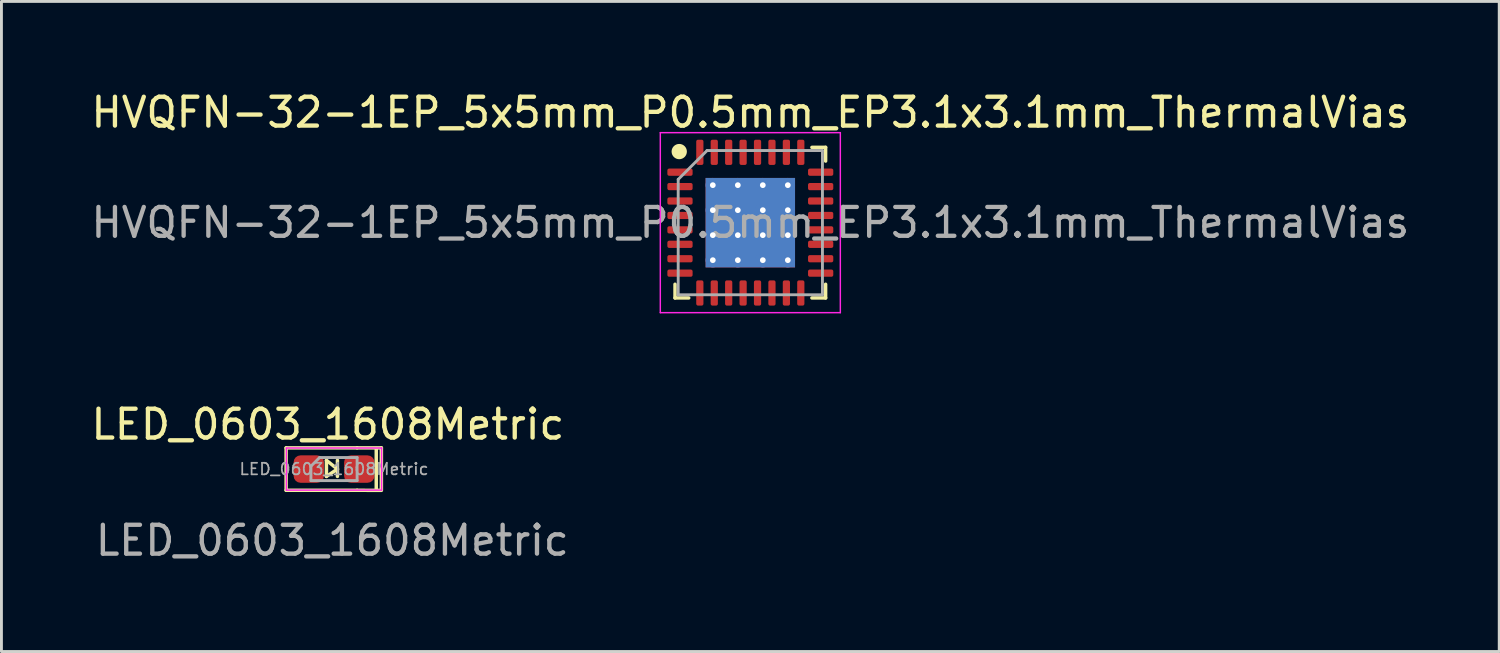
<source format=kicad_pcb>
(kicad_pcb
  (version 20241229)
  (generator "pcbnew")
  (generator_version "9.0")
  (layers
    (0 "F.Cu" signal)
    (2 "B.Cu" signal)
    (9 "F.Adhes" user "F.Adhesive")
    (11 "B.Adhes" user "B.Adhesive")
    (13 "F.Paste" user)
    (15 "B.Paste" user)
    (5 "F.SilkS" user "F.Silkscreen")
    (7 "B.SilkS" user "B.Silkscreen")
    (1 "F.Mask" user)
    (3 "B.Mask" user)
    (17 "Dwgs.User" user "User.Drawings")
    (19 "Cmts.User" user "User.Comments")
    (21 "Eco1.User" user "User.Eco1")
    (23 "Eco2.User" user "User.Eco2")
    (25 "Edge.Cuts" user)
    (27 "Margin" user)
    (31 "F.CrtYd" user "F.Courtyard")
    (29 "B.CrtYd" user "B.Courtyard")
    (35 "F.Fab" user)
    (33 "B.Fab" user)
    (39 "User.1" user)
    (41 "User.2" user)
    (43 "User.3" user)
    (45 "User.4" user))
  (footprint "LED_0603_1608Metric"
    (layer "F.Cu")
    (at 8.468 13.185)
    (property "Reference" "LED_0603_1608Metric" (at -0.152 -1.524 0) (unlocked yes) (layer "F.SilkS") (effects (font (size 1 1) (thickness 0.15))))
    (attr smd)
    (fp_line (start -1.6 -0.711) (end -1.6 0.759) (stroke (width 0.12) (type solid)) (layer "F.SilkS"))
    (fp_line (start -1.6 0.759) (end 0.86 0.759) (stroke (width 0.12) (type solid)) (layer "F.SilkS"))
    (fp_line (start -0.203 -0.279) (end -0.203 0.279) (stroke (width 0.12) (type solid)) (layer "F.SilkS"))
    (fp_line (start -0.203 0.279) (end 0.178 0.025) (stroke (width 0.12) (type solid)) (layer "F.SilkS"))
    (fp_line (start 0.178 0.025) (end -0.203 -0.279) (stroke (width 0.12) (type solid)) (layer "F.SilkS"))
    (fp_line (start 0.178 0.025) (end 0.178 -0.279) (stroke (width 0.12) (type solid)) (layer "F.SilkS"))
    (fp_line (start 0.178 0.025) (end 0.178 0.279) (stroke (width 0.12) (type solid)) (layer "F.SilkS"))
    (fp_line (start 0.86 -0.711) (end -1.6 -0.711) (stroke (width 0.12) (type solid)) (layer "F.SilkS"))
    (fp_line (start 0.86 -0.711) (end 1.702 -0.711) (stroke (width 0.12) (type solid)) (layer "F.SilkS"))
    (fp_line (start 0.86 0.759) (end 1.702 0.762) (stroke (width 0.12) (type solid)) (layer "F.SilkS"))
    (fp_line (start 1.524 -0.686) (end 1.524 0.737) (stroke (width 0.12) (type solid)) (layer "F.SilkS"))
    (fp_line (start 1.702 -0.711) (end 1.702 0.737) (stroke (width 0.12) (type solid)) (layer "F.SilkS"))
    (fp_line (start -1.59 -0.706) (end 1.71 -0.706) (stroke (width 0.05) (type solid)) (layer "F.CrtYd"))
    (fp_line (start -1.59 0.754) (end -1.59 -0.706) (stroke (width 0.05) (type solid)) (layer "F.CrtYd"))
    (fp_line (start 1.71 -0.706) (end 1.71 0.754) (stroke (width 0.05) (type solid)) (layer "F.CrtYd"))
    (fp_line (start 1.71 0.754) (end -1.59 0.754) (stroke (width 0.05) (type solid)) (layer "F.CrtYd"))
    (fp_line (start -0.74 -0.076) (end -0.74 0.424) (stroke (width 0.1) (type solid)) (layer "F.Fab"))
    (fp_line (start -0.74 0.424) (end 0.86 0.424) (stroke (width 0.1) (type solid)) (layer "F.Fab"))
    (fp_line (start -0.44 -0.376) (end -0.74 -0.076) (stroke (width 0.1) (type solid)) (layer "F.Fab"))
    (fp_line (start 0.86 -0.376) (end -0.44 -0.376) (stroke (width 0.1) (type solid)) (layer "F.Fab"))
    (fp_line (start 0.86 0.424) (end 0.86 -0.376) (stroke (width 0.1) (type solid)) (layer "F.Fab"))
    (fp_text user "${REFERENCE}" (at 0.06 0.024 0) (layer "F.Fab") (effects (font (size 0.4 0.4) (thickness 0.06))))
    (fp_text user "${REFERENCE}" (at 0 2.5 0) (unlocked yes) (layer "F.Fab") (effects (font (size 1 1) (thickness 0.15))))
    (pad "1" smd roundrect (at -0.815 0.024) (size 1.05 0.95) (layers "F.Cu" "F.Mask" "F.Paste") (roundrect_rratio 0.25))
    (pad "2" smd roundrect (at 0.935 0.024) (size 1.05 0.95) (layers "F.Cu" "F.Mask" "F.Paste") (roundrect_rratio 0.25)))
  (footprint "HVQFN-32-1EP_5x5mm_P0.5mm_EP3.1x3.1mm_ThermalVias"
    (layer "F.Cu")
    (at 22.958 4.668)
    (property "Reference" "HVQFN-32-1EP_5x5mm_P0.5mm_EP3.1x3.1mm_ThermalVias" (at 0 -3.82 0) (layer "F.SilkS") (effects (font (size 1 1) (thickness 0.15))))
    (attr smd)
    (fp_line (start -2.61 2.61) (end -2.61 2.135) (stroke (width 0.12) (type solid)) (layer "F.SilkS"))
    (fp_line (start -2.135 2.61) (end -2.61 2.61) (stroke (width 0.12) (type solid)) (layer "F.SilkS"))
    (fp_line (start 2.135 -2.61) (end 2.61 -2.61) (stroke (width 0.12) (type solid)) (layer "F.SilkS"))
    (fp_line (start 2.135 2.61) (end 2.61 2.61) (stroke (width 0.12) (type solid)) (layer "F.SilkS"))
    (fp_line (start 2.61 -2.61) (end 2.61 -2.135) (stroke (width 0.12) (type solid)) (layer "F.SilkS"))
    (fp_line (start 2.61 2.61) (end 2.61 2.135) (stroke (width 0.12) (type solid)) (layer "F.SilkS"))
    (fp_circle (center -2.464 -2.464) (end -2.259 -2.464) (stroke (width 0.12) (type solid)) (fill yes) (layer "F.SilkS"))
    (fp_line (start -3.12 -3.12) (end -3.12 3.12) (stroke (width 0.05) (type solid)) (layer "F.CrtYd"))
    (fp_line (start -3.12 3.12) (end 3.12 3.12) (stroke (width 0.05) (type solid)) (layer "F.CrtYd"))
    (fp_line (start 3.12 -3.12) (end -3.12 -3.12) (stroke (width 0.05) (type solid)) (layer "F.CrtYd"))
    (fp_line (start 3.12 3.12) (end 3.12 -3.12) (stroke (width 0.05) (type solid)) (layer "F.CrtYd"))
    (fp_line (start -2.5 -1.5) (end -1.5 -2.5) (stroke (width 0.1) (type solid)) (layer "F.Fab"))
    (fp_line (start -2.5 2.5) (end -2.5 -1.5) (stroke (width 0.1) (type solid)) (layer "F.Fab"))
    (fp_line (start -1.5 -2.5) (end 2.5 -2.5) (stroke (width 0.1) (type solid)) (layer "F.Fab"))
    (fp_line (start 2.5 -2.5) (end 2.5 2.5) (stroke (width 0.1) (type solid)) (layer "F.Fab"))
    (fp_line (start 2.5 2.5) (end -2.5 2.5) (stroke (width 0.1) (type solid)) (layer "F.Fab"))
    (fp_text user "${REFERENCE}" (at 0 0 0) (layer "F.Fab") (effects (font (size 1 1) (thickness 0.15))))
    (pad "" smd custom (at -0.867 -0.867) (size 0.637 0.637) (layers "F.Paste") (options (anchor circle)) (primitives (gr_poly (pts (xy 0.254 -0.147) (xy 0.254 0.147) (xy 0.147 0.254) (xy -0.147 0.254) (xy -0.254 0.147) (xy -0.254 -0.147) (xy -0.147 -0.254) (xy 0.147 -0.254)) (width 0.258) (fill yes))))
    (pad "" smd custom (at -0.867 0) (size 0.637 0.637) (layers "F.Paste") (options (anchor circle)) (primitives (gr_poly (pts (xy 0.254 -0.147) (xy 0.254 0.147) (xy 0.147 0.254) (xy -0.147 0.254) (xy -0.254 0.147) (xy -0.254 -0.147) (xy -0.147 -0.254) (xy 0.147 -0.254)) (width 0.258) (fill yes))))
    (pad "" smd custom (at -0.867 0.867) (size 0.637 0.637) (layers "F.Paste") (options (anchor circle)) (primitives (gr_poly (pts (xy 0.254 -0.147) (xy 0.254 0.147) (xy 0.147 0.254) (xy -0.147 0.254) (xy -0.254 0.147) (xy -0.254 -0.147) (xy -0.147 -0.254) (xy 0.147 -0.254)) (width 0.258) (fill yes))))
    (pad "" smd custom (at 0 -0.867) (size 0.637 0.637) (layers "F.Paste") (options (anchor circle)) (primitives (gr_poly (pts (xy 0.254 -0.147) (xy 0.254 0.147) (xy 0.147 0.254) (xy -0.147 0.254) (xy -0.254 0.147) (xy -0.254 -0.147) (xy -0.147 -0.254) (xy 0.147 -0.254)) (width 0.258) (fill yes))))
    (pad "" smd custom (at 0 0) (size 0.637 0.637) (layers "F.Paste") (options (anchor circle)) (primitives (gr_poly (pts (xy 0.254 -0.147) (xy 0.254 0.147) (xy 0.147 0.254) (xy -0.147 0.254) (xy -0.254 0.147) (xy -0.254 -0.147) (xy -0.147 -0.254) (xy 0.147 -0.254)) (width 0.258) (fill yes))))
    (pad "" smd custom (at 0 0.867) (size 0.637 0.637) (layers "F.Paste") (options (anchor circle)) (primitives (gr_poly (pts (xy 0.254 -0.147) (xy 0.254 0.147) (xy 0.147 0.254) (xy -0.147 0.254) (xy -0.254 0.147) (xy -0.254 -0.147) (xy -0.147 -0.254) (xy 0.147 -0.254)) (width 0.258) (fill yes))))
    (pad "" smd custom (at 0.867 -0.867) (size 0.637 0.637) (layers "F.Paste") (options (anchor circle)) (primitives (gr_poly (pts (xy 0.254 -0.147) (xy 0.254 0.147) (xy 0.147 0.254) (xy -0.147 0.254) (xy -0.254 0.147) (xy -0.254 -0.147) (xy -0.147 -0.254) (xy 0.147 -0.254)) (width 0.258) (fill yes))))
    (pad "" smd custom (at 0.867 0) (size 0.637 0.637) (layers "F.Paste") (options (anchor circle)) (primitives (gr_poly (pts (xy 0.254 -0.147) (xy 0.254 0.147) (xy 0.147 0.254) (xy -0.147 0.254) (xy -0.254 0.147) (xy -0.254 -0.147) (xy -0.147 -0.254) (xy 0.147 -0.254)) (width 0.258) (fill yes))))
    (pad "" smd custom (at 0.867 0.867) (size 0.637 0.637) (layers "F.Paste") (options (anchor circle)) (primitives (gr_poly (pts (xy 0.254 -0.147) (xy 0.254 0.147) (xy 0.147 0.254) (xy -0.147 0.254) (xy -0.254 0.147) (xy -0.254 -0.147) (xy -0.147 -0.254) (xy 0.147 -0.254)) (width 0.258) (fill yes))))
    (pad "1" smd roundrect (at -2.438 -1.75) (size 0.875 0.25) (layers "F.Cu" "F.Mask" "F.Paste") (roundrect_rratio 0.25))
    (pad "2" smd roundrect (at -2.438 -1.25) (size 0.875 0.25) (layers "F.Cu" "F.Mask" "F.Paste") (roundrect_rratio 0.25))
    (pad "3" smd roundrect (at -2.438 -0.75) (size 0.875 0.25) (layers "F.Cu" "F.Mask" "F.Paste") (roundrect_rratio 0.25))
    (pad "4" smd roundrect (at -2.438 -0.25) (size 0.875 0.25) (layers "F.Cu" "F.Mask" "F.Paste") (roundrect_rratio 0.25))
    (pad "5" smd roundrect (at -2.438 0.25) (size 0.875 0.25) (layers "F.Cu" "F.Mask" "F.Paste") (roundrect_rratio 0.25))
    (pad "6" smd roundrect (at -2.438 0.75) (size 0.875 0.25) (layers "F.Cu" "F.Mask" "F.Paste") (roundrect_rratio 0.25))
    (pad "7" smd roundrect (at -2.438 1.25) (size 0.875 0.25) (layers "F.Cu" "F.Mask" "F.Paste") (roundrect_rratio 0.25))
    (pad "8" smd roundrect (at -2.438 1.75) (size 0.875 0.25) (layers "F.Cu" "F.Mask" "F.Paste") (roundrect_rratio 0.25))
    (pad "9" smd roundrect (at -1.75 2.438) (size 0.25 0.875) (layers "F.Cu" "F.Mask" "F.Paste") (roundrect_rratio 0.25))
    (pad "10" smd roundrect (at -1.25 2.438) (size 0.25 0.875) (layers "F.Cu" "F.Mask" "F.Paste") (roundrect_rratio 0.25))
    (pad "11" smd roundrect (at -0.75 2.438) (size 0.25 0.875) (layers "F.Cu" "F.Mask" "F.Paste") (roundrect_rratio 0.25))
    (pad "12" smd roundrect (at -0.25 2.438) (size 0.25 0.875) (layers "F.Cu" "F.Mask" "F.Paste") (roundrect_rratio 0.25))
    (pad "13" smd roundrect (at 0.25 2.438) (size 0.25 0.875) (layers "F.Cu" "F.Mask" "F.Paste") (roundrect_rratio 0.25))
    (pad "14" smd roundrect (at 0.75 2.438) (size 0.25 0.875) (layers "F.Cu" "F.Mask" "F.Paste") (roundrect_rratio 0.25))
    (pad "15" smd roundrect (at 1.25 2.438) (size 0.25 0.875) (layers "F.Cu" "F.Mask" "F.Paste") (roundrect_rratio 0.25))
    (pad "16" smd roundrect (at 1.75 2.438) (size 0.25 0.875) (layers "F.Cu" "F.Mask" "F.Paste") (roundrect_rratio 0.25))
    (pad "17" smd roundrect (at 2.438 1.75) (size 0.875 0.25) (layers "F.Cu" "F.Mask" "F.Paste") (roundrect_rratio 0.25))
    (pad "18" smd roundrect (at 2.438 1.25) (size 0.875 0.25) (layers "F.Cu" "F.Mask" "F.Paste") (roundrect_rratio 0.25))
    (pad "19" smd roundrect (at 2.438 0.75) (size 0.875 0.25) (layers "F.Cu" "F.Mask" "F.Paste") (roundrect_rratio 0.25))
    (pad "20" smd roundrect (at 2.438 0.25) (size 0.875 0.25) (layers "F.Cu" "F.Mask" "F.Paste") (roundrect_rratio 0.25))
    (pad "21" smd roundrect (at 2.438 -0.25) (size 0.875 0.25) (layers "F.Cu" "F.Mask" "F.Paste") (roundrect_rratio 0.25))
    (pad "22" smd roundrect (at 2.438 -0.75) (size 0.875 0.25) (layers "F.Cu" "F.Mask" "F.Paste") (roundrect_rratio 0.25))
    (pad "23" smd roundrect (at 2.438 -1.25) (size 0.875 0.25) (layers "F.Cu" "F.Mask" "F.Paste") (roundrect_rratio 0.25))
    (pad "24" smd roundrect (at 2.438 -1.75) (size 0.875 0.25) (layers "F.Cu" "F.Mask" "F.Paste") (roundrect_rratio 0.25))
    (pad "25" smd roundrect (at 1.75 -2.438) (size 0.25 0.875) (layers "F.Cu" "F.Mask" "F.Paste") (roundrect_rratio 0.25))
    (pad "26" smd roundrect (at 1.25 -2.438) (size 0.25 0.875) (layers "F.Cu" "F.Mask" "F.Paste") (roundrect_rratio 0.25))
    (pad "27" smd roundrect (at 0.75 -2.438) (size 0.25 0.875) (layers "F.Cu" "F.Mask" "F.Paste") (roundrect_rratio 0.25))
    (pad "28" smd roundrect (at 0.25 -2.438) (size 0.25 0.875) (layers "F.Cu" "F.Mask" "F.Paste") (roundrect_rratio 0.25))
    (pad "29" smd roundrect (at -0.25 -2.438) (size 0.25 0.875) (layers "F.Cu" "F.Mask" "F.Paste") (roundrect_rratio 0.25))
    (pad "30" smd roundrect (at -0.75 -2.438) (size 0.25 0.875) (layers "F.Cu" "F.Mask" "F.Paste") (roundrect_rratio 0.25))
    (pad "31" smd roundrect (at -1.25 -2.438) (size 0.25 0.875) (layers "F.Cu" "F.Mask" "F.Paste") (roundrect_rratio 0.25))
    (pad "32" smd roundrect (at -1.75 -2.438) (size 0.25 0.875) (layers "F.Cu" "F.Mask" "F.Paste") (roundrect_rratio 0.25))
    (pad "33" thru_hole circle (at -1.3 -1.3) (size 0.5 0.5) (drill 0.2) (layers "*.Cu"))
    (pad "33" thru_hole circle (at -1.3 -0.433) (size 0.5 0.5) (drill 0.2) (layers "*.Cu"))
    (pad "33" thru_hole circle (at -1.3 0.433) (size 0.5 0.5) (drill 0.2) (layers "*.Cu"))
    (pad "33" thru_hole circle (at -1.3 1.3) (size 0.5 0.5) (drill 0.2) (layers "*.Cu"))
    (pad "33" thru_hole circle (at -0.433 -1.3) (size 0.5 0.5) (drill 0.2) (layers "*.Cu"))
    (pad "33" thru_hole circle (at -0.433 -0.433) (size 0.5 0.5) (drill 0.2) (layers "*.Cu"))
    (pad "33" thru_hole circle (at -0.433 0.433) (size 0.5 0.5) (drill 0.2) (layers "*.Cu"))
    (pad "33" thru_hole circle (at -0.433 1.3) (size 0.5 0.5) (drill 0.2) (layers "*.Cu"))
    (pad "33" smd rect (at 0 0) (size 3.1 3.1) (layers "F.Cu" "F.Mask"))
    (pad "33" smd rect (at 0 0) (size 3.1 3.1) (layers "B.Cu"))
    (pad "33" thru_hole circle (at 0.433 -1.3) (size 0.5 0.5) (drill 0.2) (layers "*.Cu"))
    (pad "33" thru_hole circle (at 0.433 -0.433) (size 0.5 0.5) (drill 0.2) (layers "*.Cu"))
    (pad "33" thru_hole circle (at 0.433 0.433) (size 0.5 0.5) (drill 0.2) (layers "*.Cu"))
    (pad "33" thru_hole circle (at 0.433 1.3) (size 0.5 0.5) (drill 0.2) (layers "*.Cu"))
    (pad "33" thru_hole circle (at 1.3 -1.3) (size 0.5 0.5) (drill 0.2) (layers "*.Cu"))
    (pad "33" thru_hole circle (at 1.3 -0.433) (size 0.5 0.5) (drill 0.2) (layers "*.Cu"))
    (pad "33" thru_hole circle (at 1.3 0.433) (size 0.5 0.5) (drill 0.2) (layers "*.Cu"))
    (pad "33" thru_hole circle (at 1.3 1.3) (size 0.5 0.5) (drill 0.2) (layers "*.Cu")))
  (gr_rect
    (start -3 -3)
    (end 48.917 19.534)
    (stroke (width 0.1) (type default))
    (fill no)
    (layer "Edge.Cuts")))
</source>
